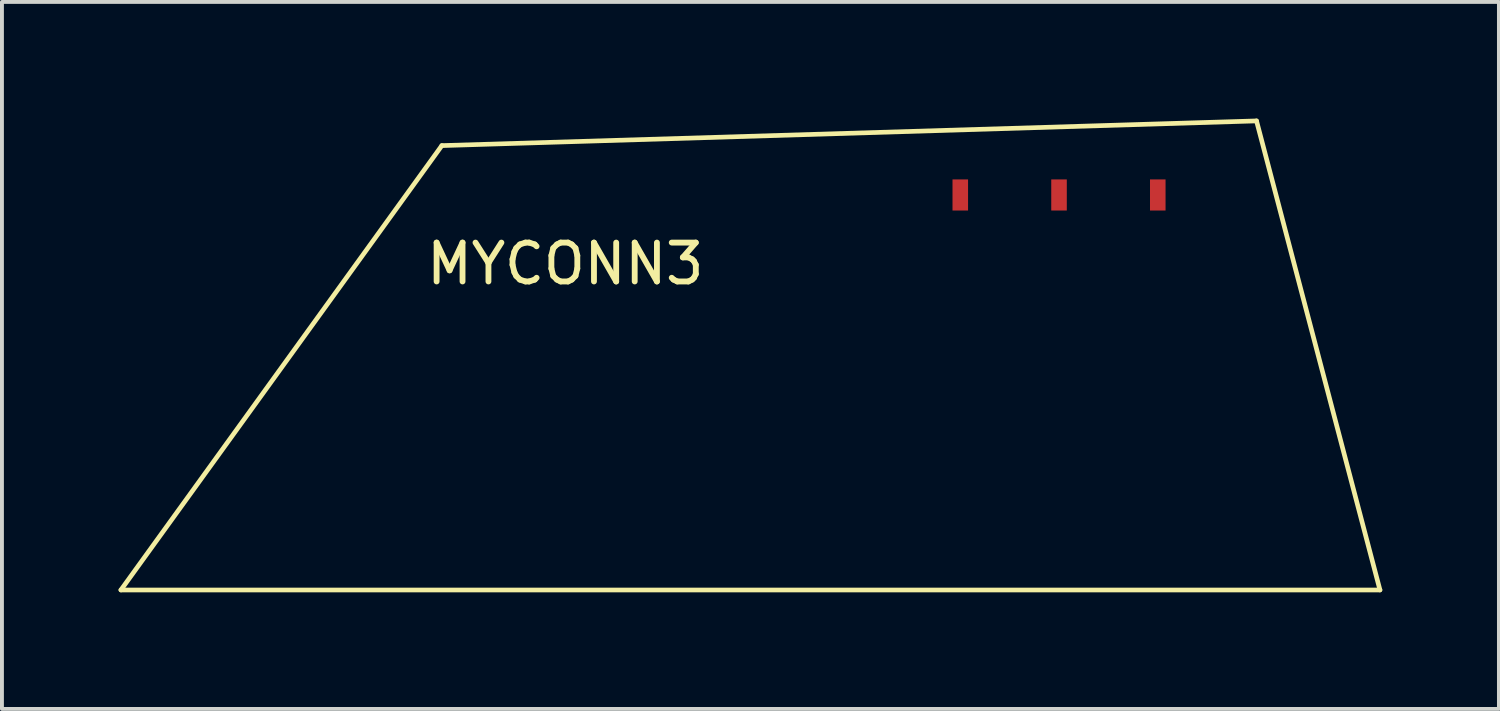
<source format=kicad_pcb>
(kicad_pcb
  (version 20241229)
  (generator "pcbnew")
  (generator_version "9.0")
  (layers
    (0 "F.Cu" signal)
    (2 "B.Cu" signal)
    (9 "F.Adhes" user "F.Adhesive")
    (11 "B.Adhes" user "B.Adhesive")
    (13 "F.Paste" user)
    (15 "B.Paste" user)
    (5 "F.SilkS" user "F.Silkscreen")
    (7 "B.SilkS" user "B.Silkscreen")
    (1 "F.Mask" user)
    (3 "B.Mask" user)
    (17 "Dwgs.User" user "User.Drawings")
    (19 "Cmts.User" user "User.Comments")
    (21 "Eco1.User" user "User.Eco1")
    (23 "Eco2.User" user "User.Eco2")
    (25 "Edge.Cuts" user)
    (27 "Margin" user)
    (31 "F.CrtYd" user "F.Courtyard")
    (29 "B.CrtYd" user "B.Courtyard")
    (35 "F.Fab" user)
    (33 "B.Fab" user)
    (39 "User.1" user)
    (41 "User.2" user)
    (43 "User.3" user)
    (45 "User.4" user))
  (footprint "MYCONN3"
    (layer "F.Cu")
    (at 11.49 3.235)
    (property "Reference" "MYCONN3" (at 0 0.5 0) (layer "F.SilkS") (effects (font (size 1 1) (thickness 0.15))))
    (attr through_hole)
    (fp_line (start -11.43 8.89) (end 20.955 8.89) (stroke (width 0.12) (type solid)) (layer "F.SilkS"))
    (fp_line (start -3.175 -2.54) (end -11.43 8.89) (stroke (width 0.12) (type solid)) (layer "F.SilkS"))
    (fp_line (start 17.78 -3.175) (end -3.175 -2.54) (stroke (width 0.12) (type solid)) (layer "F.SilkS"))
    (fp_line (start 20.955 8.89) (end 17.78 -3.175) (stroke (width 0.12) (type solid)) (layer "F.SilkS"))
    (pad "1" smd rect (at 10.16 -1.27) (size 0.4 0.8) (layers "F.Cu" "F.Mask" "F.Paste"))
    (pad "2" smd rect (at 12.7 -1.27) (size 0.4 0.8) (layers "F.Cu" "F.Mask" "F.Paste"))
    (pad "3" smd rect (at 15.24 -1.27) (size 0.4 0.8) (layers "F.Cu" "F.Mask" "F.Paste")))
  (gr_rect
    (start -3 -3)
    (end 35.505 15.185)
    (stroke (width 0.1) (type default))
    (fill no)
    (layer "Edge.Cuts")))
</source>
